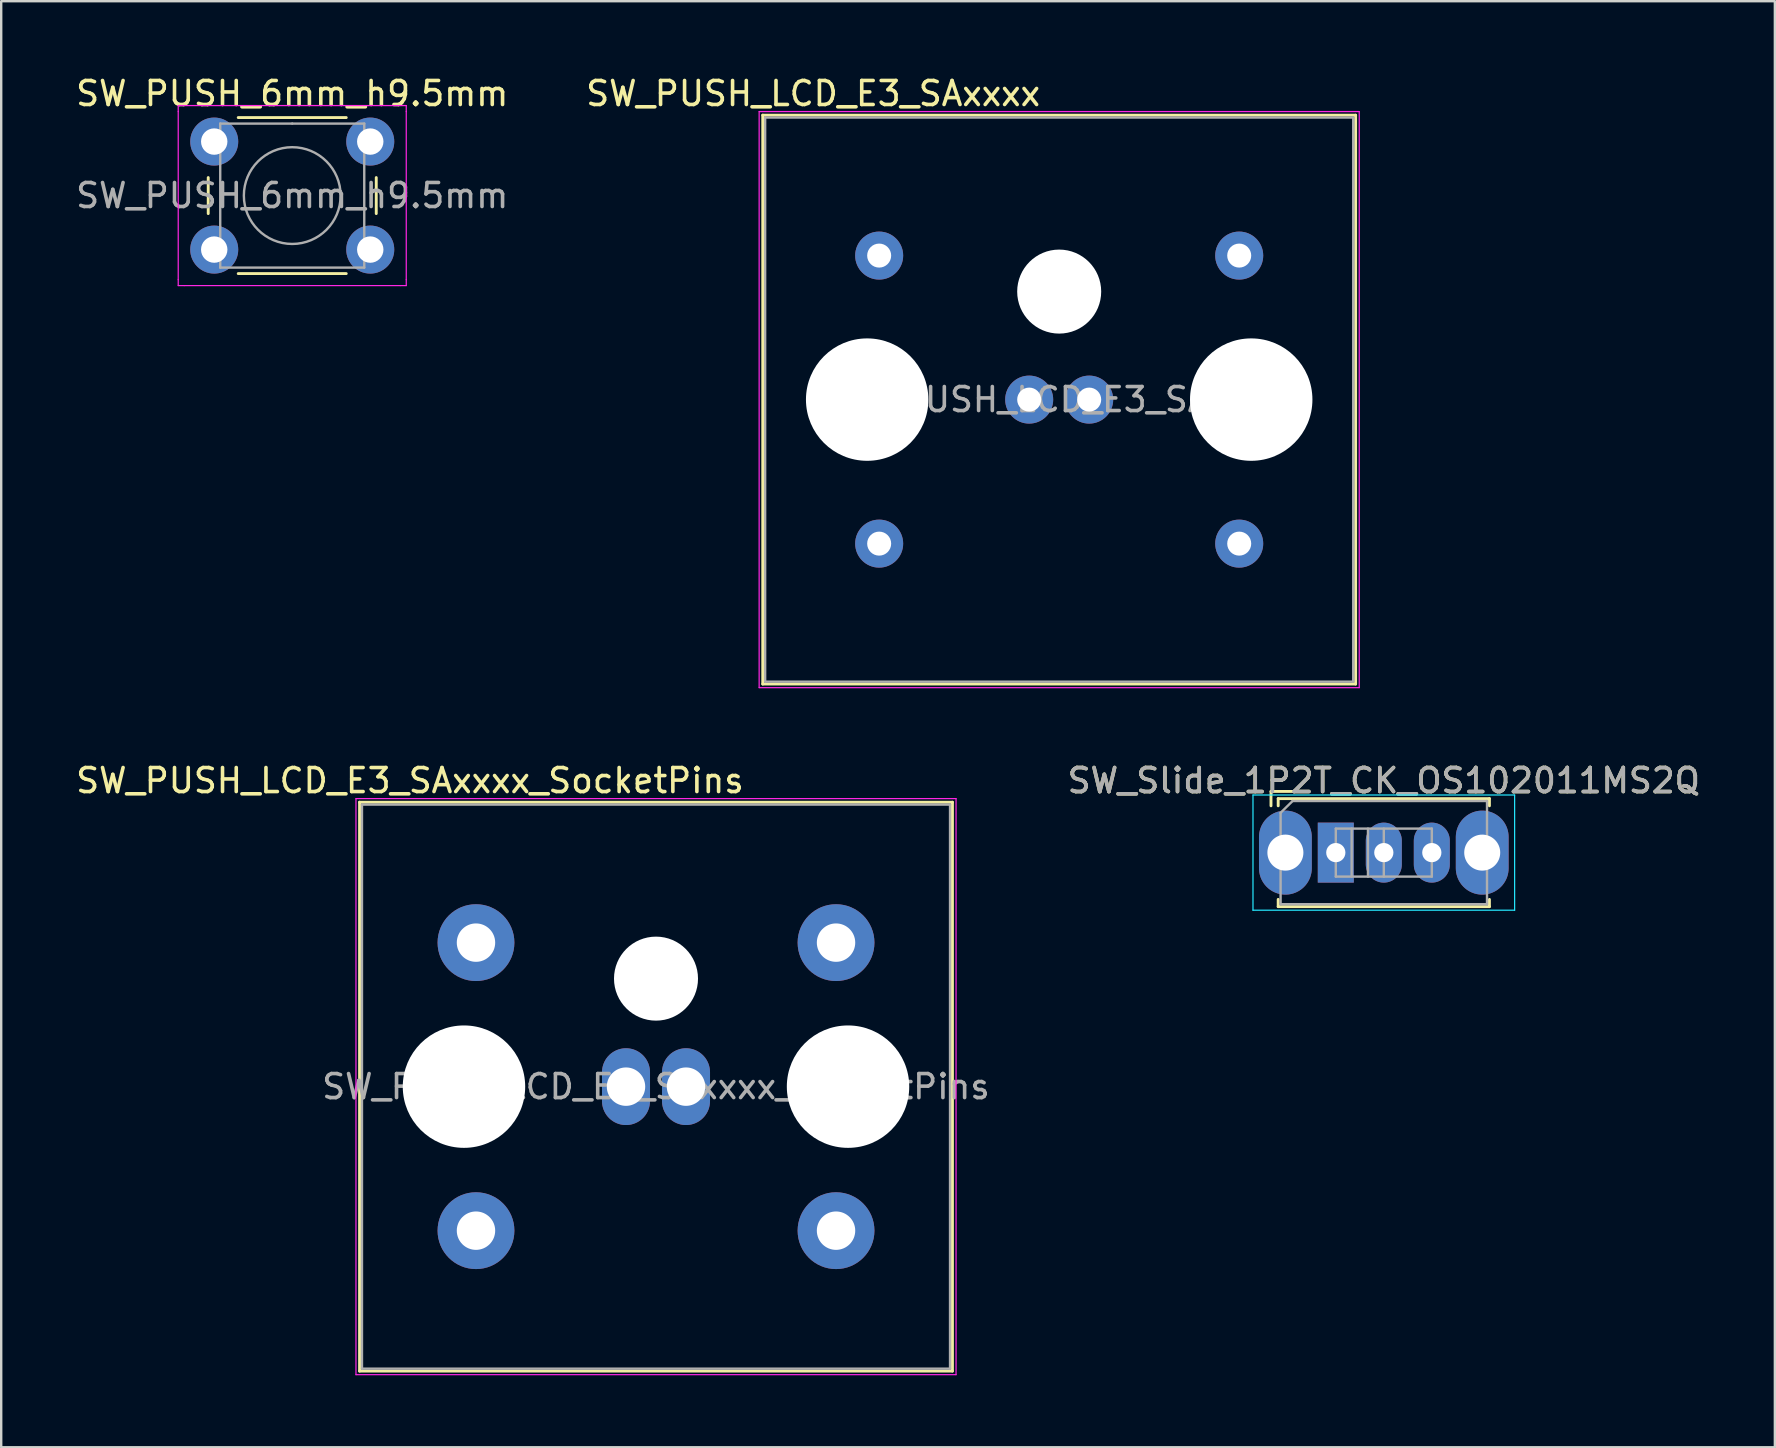
<source format=kicad_pcb>
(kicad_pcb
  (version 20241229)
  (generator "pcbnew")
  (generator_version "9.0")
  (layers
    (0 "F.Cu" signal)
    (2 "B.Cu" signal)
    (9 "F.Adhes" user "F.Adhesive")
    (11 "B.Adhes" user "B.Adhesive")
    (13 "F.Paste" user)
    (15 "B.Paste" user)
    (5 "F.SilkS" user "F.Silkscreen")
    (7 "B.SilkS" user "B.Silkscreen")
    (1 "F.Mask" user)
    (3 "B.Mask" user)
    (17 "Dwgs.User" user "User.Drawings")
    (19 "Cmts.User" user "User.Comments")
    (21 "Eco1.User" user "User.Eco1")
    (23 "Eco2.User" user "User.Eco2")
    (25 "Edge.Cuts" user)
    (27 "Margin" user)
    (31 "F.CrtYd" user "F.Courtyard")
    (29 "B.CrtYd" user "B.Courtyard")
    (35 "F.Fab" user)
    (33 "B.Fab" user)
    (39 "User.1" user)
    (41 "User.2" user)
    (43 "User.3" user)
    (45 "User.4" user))
  (footprint "SW_Slide_1P2T_CK_OS102011MS2Q"
    (layer "F.Cu")
    (at 52.601 32.471)
    (property "Reference" "SW_Slide_1P2T_CK_OS102011MS2Q" (at 2 -3 0) (layer "F.SilkS") (effects (font (size 1 1) (thickness 0.15))))
    (attr through_hole)
    (fp_line (start -2.7 -2.55) (end -1.4 -2.55) (stroke (width 0.12) (type solid)) (layer "F.SilkS"))
    (fp_line (start -2.7 -1.95) (end -2.7 -2.55) (stroke (width 0.12) (type solid)) (layer "F.SilkS"))
    (fp_line (start -2.4 -2.25) (end 6.4 -2.25) (stroke (width 0.12) (type solid)) (layer "F.SilkS"))
    (fp_line (start -2.4 -1.95) (end -2.4 -2.25) (stroke (width 0.12) (type solid)) (layer "F.SilkS"))
    (fp_line (start -2.4 2.25) (end -2.4 1.95) (stroke (width 0.12) (type solid)) (layer "F.SilkS"))
    (fp_line (start 6.4 -2.25) (end 6.4 -1.95) (stroke (width 0.12) (type solid)) (layer "F.SilkS"))
    (fp_line (start 6.4 2.25) (end -2.4 2.25) (stroke (width 0.12) (type solid)) (layer "F.SilkS"))
    (fp_line (start 6.4 2.25) (end 6.4 1.95) (stroke (width 0.12) (type solid)) (layer "F.SilkS"))
    (fp_line (start -3.45 -2.4) (end 7.45 -2.4) (stroke (width 0.05) (type solid)) (layer "B.CrtYd"))
    (fp_line (start -3.45 2.4) (end -3.45 -2.4) (stroke (width 0.05) (type solid)) (layer "B.CrtYd"))
    (fp_line (start 7.45 -2.4) (end 7.45 2.4) (stroke (width 0.05) (type solid)) (layer "B.CrtYd"))
    (fp_line (start 7.45 2.4) (end -3.45 2.4) (stroke (width 0.05) (type solid)) (layer "B.CrtYd"))
    (fp_line (start -2.3 -1.66) (end -1.8 -2.15) (stroke (width 0.1) (type solid)) (layer "F.Fab"))
    (fp_line (start -2.3 2.15) (end -2.3 -1.65) (stroke (width 0.1) (type solid)) (layer "F.Fab"))
    (fp_line (start -1.8 -2.15) (end 6.3 -2.15) (stroke (width 0.1) (type solid)) (layer "F.Fab"))
    (fp_line (start 0 -1) (end 0 1) (stroke (width 0.1) (type solid)) (layer "F.Fab"))
    (fp_line (start 0 -1) (end 4 -1) (stroke (width 0.1) (type solid)) (layer "F.Fab"))
    (fp_line (start 0 1) (end 4 1) (stroke (width 0.1) (type solid)) (layer "F.Fab"))
    (fp_line (start 0.66 -1) (end 0.66 1) (stroke (width 0.1) (type solid)) (layer "F.Fab"))
    (fp_line (start 1.34 -1) (end 1.34 1) (stroke (width 0.1) (type solid)) (layer "F.Fab"))
    (fp_line (start 2 -1) (end 2 1) (stroke (width 0.1) (type solid)) (layer "F.Fab"))
    (fp_line (start 4 -1) (end 4 1) (stroke (width 0.1) (type solid)) (layer "F.Fab"))
    (fp_line (start 6.3 -2.15) (end 6.3 2.15) (stroke (width 0.1) (type solid)) (layer "F.Fab"))
    (fp_line (start 6.3 2.15) (end -2.3 2.15) (stroke (width 0.1) (type solid)) (layer "F.Fab"))
    (fp_text user "${REFERENCE}" (at 2 -3 0) (layer "F.Fab") (effects (font (size 1 1) (thickness 0.15))))
    (pad "" thru_hole oval (at -2.1 0) (size 2.2 3.5) (drill 1.5) (layers "*.Cu" "*.Mask"))
    (pad "" thru_hole oval (at 6.1 0) (size 2.2 3.5) (drill 1.5) (layers "*.Cu" "*.Mask"))
    (pad "1" thru_hole rect (at 0 0) (size 1.5 2.5) (drill 0.8) (layers "*.Cu" "*.Mask"))
    (pad "2" thru_hole oval (at 2 0) (size 1.5 2.5) (drill 0.8) (layers "*.Cu" "*.Mask"))
    (pad "3" thru_hole oval (at 4 0) (size 1.5 2.5) (drill 0.8) (layers "*.Cu" "*.Mask")))
  (footprint "SW_PUSH_LCD_E3_SAxxxx"
    (layer "F.Cu")
    (at 48.577 7.598)
    (property "Reference" "SW_PUSH_LCD_E3_SAxxxx" (at -17.75 -6.75 0) (layer "F.SilkS") (effects (font (size 1 1) (thickness 0.15))))
    (attr through_hole)
    (fp_line (start -19.85 -5.85) (end -19.85 17.85) (stroke (width 0.12) (type solid)) (layer "F.SilkS"))
    (fp_line (start -19.85 17.85) (end 4.85 17.85) (stroke (width 0.12) (type solid)) (layer "F.SilkS"))
    (fp_line (start 4.85 -5.85) (end -19.85 -5.85) (stroke (width 0.12) (type solid)) (layer "F.SilkS"))
    (fp_line (start 4.85 17.85) (end 4.85 -5.85) (stroke (width 0.12) (type solid)) (layer "F.SilkS"))
    (fp_line (start -20 -6) (end -20 18) (stroke (width 0.05) (type solid)) (layer "F.CrtYd"))
    (fp_line (start -20 18) (end 5 18) (stroke (width 0.05) (type solid)) (layer "F.CrtYd"))
    (fp_line (start 5 -6) (end -20 -6) (stroke (width 0.05) (type solid)) (layer "F.CrtYd"))
    (fp_line (start 5 18) (end 5 -6) (stroke (width 0.05) (type solid)) (layer "F.CrtYd"))
    (fp_line (start -19.75 -5.75) (end -19.75 17.75) (stroke (width 0.1) (type solid)) (layer "F.Fab"))
    (fp_line (start -19.75 17.75) (end 4.75 17.75) (stroke (width 0.1) (type solid)) (layer "F.Fab"))
    (fp_line (start 4.75 -5.75) (end -19.75 -5.75) (stroke (width 0.1) (type solid)) (layer "F.Fab"))
    (fp_line (start 4.75 -5.75) (end 4.75 17.75) (stroke (width 0.1) (type solid)) (layer "F.Fab"))
    (fp_text user "${REFERENCE}" (at -7.5 6 0) (layer "F.Fab") (effects (font (size 1 1) (thickness 0.15))))
    (pad "" np_thru_hole circle (at -15.5 6) (size 5.1 5.1) (drill 5.1) (layers "*.Cu" "*.Mask"))
    (pad "" np_thru_hole circle (at -7.5 1.5) (size 3.5 3.5) (drill 3.5) (layers "*.Cu" "*.Mask"))
    (pad "" np_thru_hole circle (at 0.5 6) (size 5.1 5.1) (drill 5.1) (layers "*.Cu" "*.Mask"))
    (pad "1" thru_hole circle (at 0 0) (size 2 2) (drill 1) (layers "*.Cu" "*.Mask"))
    (pad "2" thru_hole circle (at 0 12) (size 2 2) (drill 1) (layers "*.Cu" "*.Mask"))
    (pad "3" thru_hole circle (at -15 0) (size 2 2) (drill 1) (layers "*.Cu" "*.Mask"))
    (pad "4" thru_hole circle (at -15 12) (size 2 2) (drill 1) (layers "*.Cu" "*.Mask"))
    (pad "5" thru_hole circle (at -8.75 6) (size 2 2) (drill 1) (layers "*.Cu" "*.Mask"))
    (pad "6" thru_hole circle (at -6.25 6) (size 2 2) (drill 1) (layers "*.Cu" "*.Mask")))
  (footprint "SW_PUSH_6mm_h9.5mm"
    (layer "F.Cu")
    (at 5.875 2.848)
    (property "Reference" "SW_PUSH_6mm_h9.5mm" (at 3.25 -2 0) (layer "F.SilkS") (effects (font (size 1 1) (thickness 0.15))))
    (attr through_hole)
    (fp_line (start -0.25 1.5) (end -0.25 3) (stroke (width 0.12) (type solid)) (layer "F.SilkS"))
    (fp_line (start 1 5.5) (end 5.5 5.5) (stroke (width 0.12) (type solid)) (layer "F.SilkS"))
    (fp_line (start 5.5 -1) (end 1 -1) (stroke (width 0.12) (type solid)) (layer "F.SilkS"))
    (fp_line (start 6.75 3) (end 6.75 1.5) (stroke (width 0.12) (type solid)) (layer "F.SilkS"))
    (fp_line (start -1.5 -1.5) (end -1.25 -1.5) (stroke (width 0.05) (type solid)) (layer "F.CrtYd"))
    (fp_line (start -1.5 -1.25) (end -1.5 -1.5) (stroke (width 0.05) (type solid)) (layer "F.CrtYd"))
    (fp_line (start -1.5 5.75) (end -1.5 -1.25) (stroke (width 0.05) (type solid)) (layer "F.CrtYd"))
    (fp_line (start -1.5 5.75) (end -1.5 6) (stroke (width 0.05) (type solid)) (layer "F.CrtYd"))
    (fp_line (start -1.5 6) (end -1.25 6) (stroke (width 0.05) (type solid)) (layer "F.CrtYd"))
    (fp_line (start -1.25 -1.5) (end 7.75 -1.5) (stroke (width 0.05) (type solid)) (layer "F.CrtYd"))
    (fp_line (start 7.75 -1.5) (end 8 -1.5) (stroke (width 0.05) (type solid)) (layer "F.CrtYd"))
    (fp_line (start 7.75 6) (end -1.25 6) (stroke (width 0.05) (type solid)) (layer "F.CrtYd"))
    (fp_line (start 7.75 6) (end 8 6) (stroke (width 0.05) (type solid)) (layer "F.CrtYd"))
    (fp_line (start 8 -1.5) (end 8 -1.25) (stroke (width 0.05) (type solid)) (layer "F.CrtYd"))
    (fp_line (start 8 -1.25) (end 8 5.75) (stroke (width 0.05) (type solid)) (layer "F.CrtYd"))
    (fp_line (start 8 6) (end 8 5.75) (stroke (width 0.05) (type solid)) (layer "F.CrtYd"))
    (fp_line (start 0.25 -0.75) (end 3.25 -0.75) (stroke (width 0.1) (type solid)) (layer "F.Fab"))
    (fp_line (start 0.25 5.25) (end 0.25 -0.75) (stroke (width 0.1) (type solid)) (layer "F.Fab"))
    (fp_line (start 3.25 -0.75) (end 6.25 -0.75) (stroke (width 0.1) (type solid)) (layer "F.Fab"))
    (fp_line (start 6.25 -0.75) (end 6.25 5.25) (stroke (width 0.1) (type solid)) (layer "F.Fab"))
    (fp_line (start 6.25 5.25) (end 0.25 5.25) (stroke (width 0.1) (type solid)) (layer "F.Fab"))
    (fp_circle (center 3.25 2.25) (end 1.25 2.5) (stroke (width 0.1) (type solid)) (fill no) (layer "F.Fab"))
    (fp_text user "${REFERENCE}" (at 3.25 2.25 0) (layer "F.Fab") (effects (font (size 1 1) (thickness 0.15))))
    (pad "1" thru_hole circle (at 0 0 90) (size 2 2) (drill 1.1) (layers "*.Cu" "*.Mask"))
    (pad "1" thru_hole circle (at 6.5 0 90) (size 2 2) (drill 1.1) (layers "*.Cu" "*.Mask"))
    (pad "2" thru_hole circle (at 0 4.5 90) (size 2 2) (drill 1.1) (layers "*.Cu" "*.Mask"))
    (pad "2" thru_hole circle (at 6.5 4.5 90) (size 2 2) (drill 1.1) (layers "*.Cu" "*.Mask")))
  (footprint "SW_PUSH_LCD_E3_SAxxxx_SocketPins"
    (layer "F.Cu")
    (at 31.78 36.221)
    (property "Reference" "SW_PUSH_LCD_E3_SAxxxx_SocketPins" (at -17.75 -6.75 0) (layer "F.SilkS") (effects (font (size 1 1) (thickness 0.15))))
    (attr through_hole)
    (fp_line (start -19.85 -5.85) (end -19.85 17.85) (stroke (width 0.12) (type solid)) (layer "F.SilkS"))
    (fp_line (start -19.85 17.85) (end 4.85 17.85) (stroke (width 0.12) (type solid)) (layer "F.SilkS"))
    (fp_line (start 4.85 -5.85) (end -19.85 -5.85) (stroke (width 0.12) (type solid)) (layer "F.SilkS"))
    (fp_line (start 4.85 17.85) (end 4.85 -5.85) (stroke (width 0.12) (type solid)) (layer "F.SilkS"))
    (fp_line (start -20 -6) (end -20 18) (stroke (width 0.05) (type solid)) (layer "F.CrtYd"))
    (fp_line (start -20 18) (end 5 18) (stroke (width 0.05) (type solid)) (layer "F.CrtYd"))
    (fp_line (start 5 -6) (end -20 -6) (stroke (width 0.05) (type solid)) (layer "F.CrtYd"))
    (fp_line (start 5 18) (end 5 -6) (stroke (width 0.05) (type solid)) (layer "F.CrtYd"))
    (fp_line (start -19.75 -5.75) (end -19.75 17.75) (stroke (width 0.1) (type solid)) (layer "F.Fab"))
    (fp_line (start -19.75 17.75) (end 4.75 17.75) (stroke (width 0.1) (type solid)) (layer "F.Fab"))
    (fp_line (start 4.75 -5.75) (end -19.75 -5.75) (stroke (width 0.1) (type solid)) (layer "F.Fab"))
    (fp_line (start 4.75 -5.75) (end 4.75 17.75) (stroke (width 0.1) (type solid)) (layer "F.Fab"))
    (fp_text user "${REFERENCE}" (at -7.5 6 0) (layer "F.Fab") (effects (font (size 1 1) (thickness 0.15))))
    (pad "" np_thru_hole circle (at -15.5 6) (size 5.1 5.1) (drill 5.1) (layers "*.Cu" "*.Mask"))
    (pad "" np_thru_hole circle (at -7.5 1.5) (size 3.5 3.5) (drill 3.5) (layers "*.Cu" "*.Mask"))
    (pad "" np_thru_hole circle (at 0.5 6) (size 5.1 5.1) (drill 5.1) (layers "*.Cu" "*.Mask"))
    (pad "1" thru_hole circle (at 0 0) (size 3.2 3.2) (drill 1.6) (layers "*.Cu" "*.Mask"))
    (pad "2" thru_hole circle (at 0 12) (size 3.2 3.2) (drill 1.6) (layers "*.Cu" "*.Mask"))
    (pad "3" thru_hole circle (at -15 0) (size 3.2 3.2) (drill 1.6) (layers "*.Cu" "*.Mask"))
    (pad "4" thru_hole circle (at -15 12) (size 3.2 3.2) (drill 1.6) (layers "*.Cu" "*.Mask"))
    (pad "5" thru_hole oval (at -8.75 6) (size 2 3.2) (drill 1.6) (layers "*.Cu" "*.Mask"))
    (pad "6" thru_hole oval (at -6.25 6) (size 2 3.2) (drill 1.6) (layers "*.Cu" "*.Mask")))
  (gr_rect
    (start -3 -3)
    (end 70.893 57.246)
    (stroke (width 0.1) (type default))
    (fill no)
    (layer "Edge.Cuts")))
</source>
